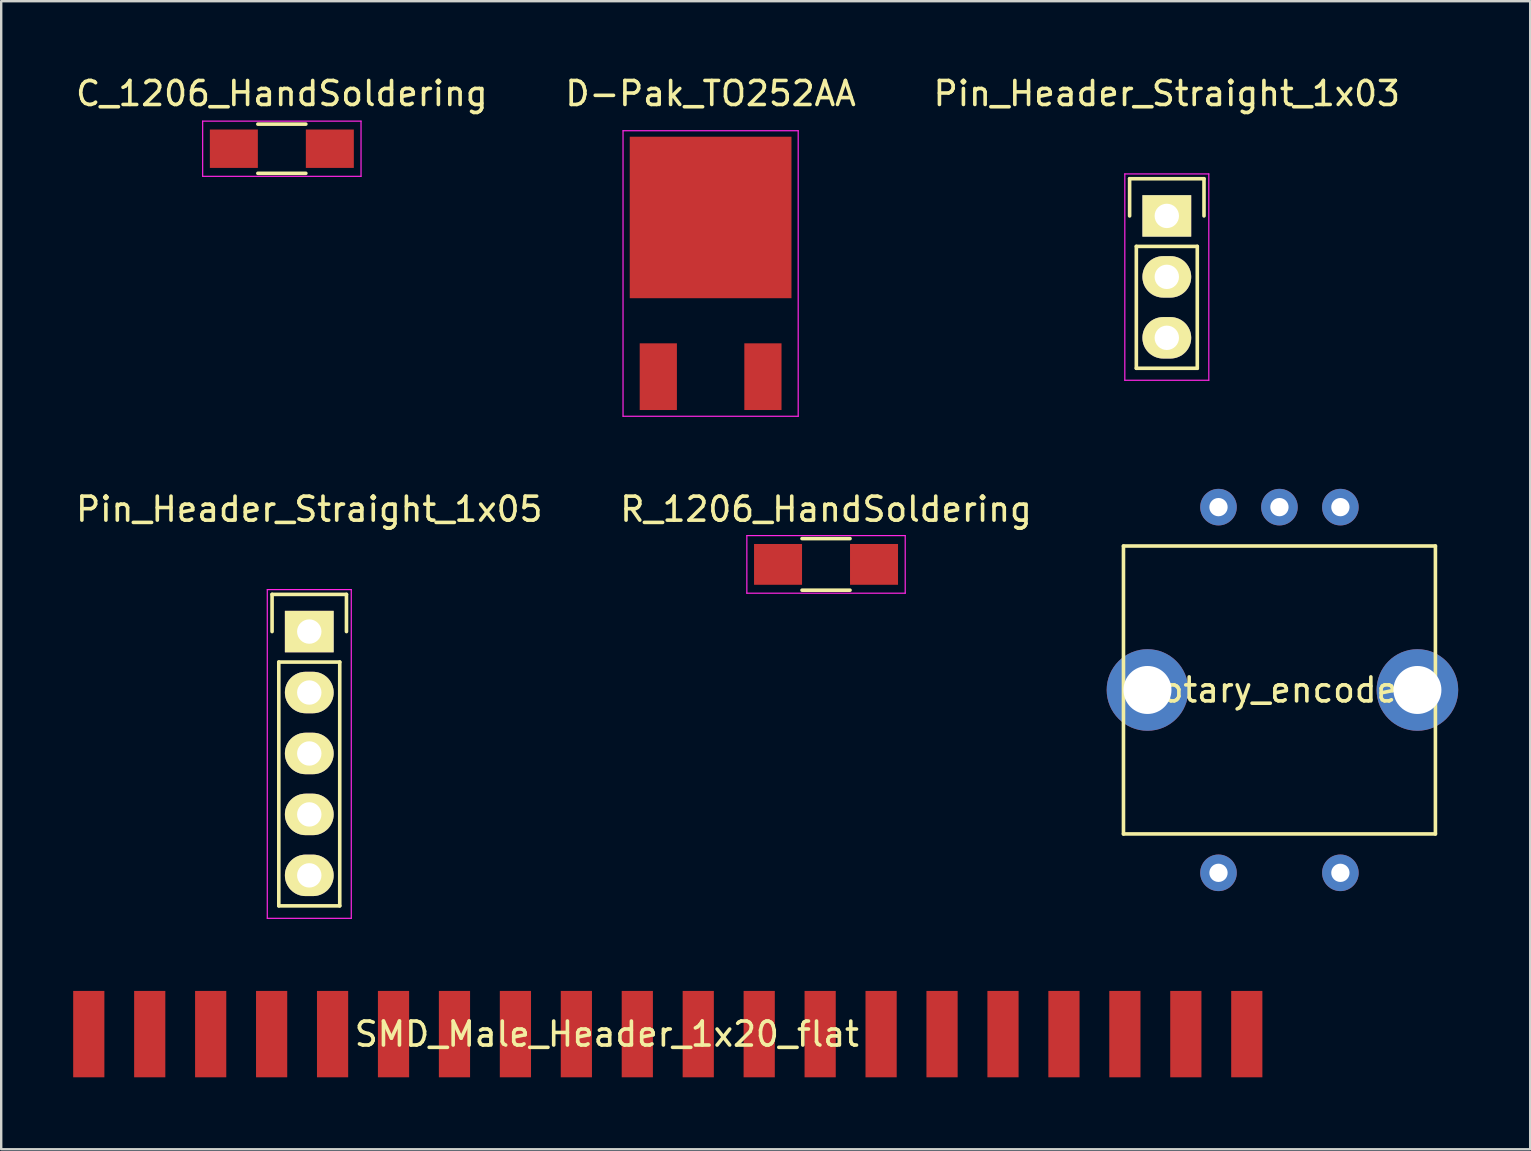
<source format=kicad_pcb>
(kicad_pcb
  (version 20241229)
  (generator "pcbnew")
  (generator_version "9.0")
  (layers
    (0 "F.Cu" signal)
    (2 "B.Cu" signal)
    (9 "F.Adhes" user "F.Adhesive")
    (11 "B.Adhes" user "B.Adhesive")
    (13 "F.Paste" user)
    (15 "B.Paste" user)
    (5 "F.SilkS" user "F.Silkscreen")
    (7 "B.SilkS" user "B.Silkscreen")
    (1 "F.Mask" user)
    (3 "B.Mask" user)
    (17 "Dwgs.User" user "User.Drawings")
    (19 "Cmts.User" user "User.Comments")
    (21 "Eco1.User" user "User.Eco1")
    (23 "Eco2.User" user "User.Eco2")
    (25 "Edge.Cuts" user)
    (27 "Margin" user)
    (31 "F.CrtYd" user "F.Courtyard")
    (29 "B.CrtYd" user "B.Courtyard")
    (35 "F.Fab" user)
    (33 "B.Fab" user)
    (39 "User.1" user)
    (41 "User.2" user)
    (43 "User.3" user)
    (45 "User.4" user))
  (footprint "R_1206_HandSoldering"
    (layer "F.Cu")
    (at 31.375 20.471)
    (property "Reference" "R_1206_HandSoldering" (at 0 -2.3 0) (layer "F.SilkS") (effects (font (size 1 1) (thickness 0.15))))
    (attr smd)
    (fp_line (start -1 -1.075) (end 1 -1.075) (stroke (width 0.15) (type solid)) (layer "F.SilkS"))
    (fp_line (start 1 1.075) (end -1 1.075) (stroke (width 0.15) (type solid)) (layer "F.SilkS"))
    (fp_line (start -3.3 -1.2) (end -3.3 1.2) (stroke (width 0.05) (type solid)) (layer "F.CrtYd"))
    (fp_line (start -3.3 -1.2) (end 3.3 -1.2) (stroke (width 0.05) (type solid)) (layer "F.CrtYd"))
    (fp_line (start -3.3 1.2) (end 3.3 1.2) (stroke (width 0.05) (type solid)) (layer "F.CrtYd"))
    (fp_line (start 3.3 -1.2) (end 3.3 1.2) (stroke (width 0.05) (type solid)) (layer "F.CrtYd"))
    (pad "1" smd rect (at -2 0) (size 2 1.7) (layers "F.Cu" "F.Mask" "F.Paste"))
    (pad "2" smd rect (at 2 0) (size 2 1.7) (layers "F.Cu" "F.Mask" "F.Paste")))
  (footprint "Pin_Header_Straight_1x05"
    (layer "F.Cu")
    (at 9.839 23.271)
    (property "Reference" "Pin_Header_Straight_1x05" (at 0 -5.1 0) (layer "F.SilkS") (effects (font (size 1 1) (thickness 0.15))))
    (attr through_hole)
    (fp_line (start -1.55 -1.55) (end 1.55 -1.55) (stroke (width 0.15) (type solid)) (layer "F.SilkS"))
    (fp_line (start -1.55 0) (end -1.55 -1.55) (stroke (width 0.15) (type solid)) (layer "F.SilkS"))
    (fp_line (start -1.27 11.43) (end -1.27 1.27) (stroke (width 0.15) (type solid)) (layer "F.SilkS"))
    (fp_line (start 1.27 1.27) (end -1.27 1.27) (stroke (width 0.15) (type solid)) (layer "F.SilkS"))
    (fp_line (start 1.27 1.27) (end 1.27 11.43) (stroke (width 0.15) (type solid)) (layer "F.SilkS"))
    (fp_line (start 1.27 11.43) (end -1.27 11.43) (stroke (width 0.15) (type solid)) (layer "F.SilkS"))
    (fp_line (start 1.55 -1.55) (end 1.55 0) (stroke (width 0.15) (type solid)) (layer "F.SilkS"))
    (fp_line (start -1.75 -1.75) (end -1.75 11.95) (stroke (width 0.05) (type solid)) (layer "F.CrtYd"))
    (fp_line (start -1.75 -1.75) (end 1.75 -1.75) (stroke (width 0.05) (type solid)) (layer "F.CrtYd"))
    (fp_line (start -1.75 11.95) (end 1.75 11.95) (stroke (width 0.05) (type solid)) (layer "F.CrtYd"))
    (fp_line (start 1.75 -1.75) (end 1.75 11.95) (stroke (width 0.05) (type solid)) (layer "F.CrtYd"))
    (pad "1" thru_hole rect (at 0 0) (size 2.032 1.727) (drill 1.016) (layers "*.Cu" "*.Mask" "F.SilkS"))
    (pad "2" thru_hole oval (at 0 2.54) (size 2.032 1.727) (drill 1.016) (layers "*.Cu" "*.Mask" "F.SilkS"))
    (pad "3" thru_hole oval (at 0 5.08) (size 2.032 1.727) (drill 1.016) (layers "*.Cu" "*.Mask" "F.SilkS"))
    (pad "4" thru_hole oval (at 0 7.62) (size 2.032 1.727) (drill 1.016) (layers "*.Cu" "*.Mask" "F.SilkS"))
    (pad "5" thru_hole oval (at 0 10.16) (size 2.032 1.727) (drill 1.016) (layers "*.Cu" "*.Mask" "F.SilkS")))
  (footprint "Pin_Header_Straight_1x03"
    (layer "F.Cu")
    (at 45.577 5.948)
    (property "Reference" "Pin_Header_Straight_1x03" (at 0 -5.1 0) (layer "F.SilkS") (effects (font (size 1 1) (thickness 0.15))))
    (attr through_hole)
    (fp_line (start -1.55 -1.55) (end 1.55 -1.55) (stroke (width 0.15) (type solid)) (layer "F.SilkS"))
    (fp_line (start -1.55 0) (end -1.55 -1.55) (stroke (width 0.15) (type solid)) (layer "F.SilkS"))
    (fp_line (start -1.27 1.27) (end -1.27 6.35) (stroke (width 0.15) (type solid)) (layer "F.SilkS"))
    (fp_line (start -1.27 6.35) (end 1.27 6.35) (stroke (width 0.15) (type solid)) (layer "F.SilkS"))
    (fp_line (start 1.27 1.27) (end -1.27 1.27) (stroke (width 0.15) (type solid)) (layer "F.SilkS"))
    (fp_line (start 1.27 6.35) (end 1.27 1.27) (stroke (width 0.15) (type solid)) (layer "F.SilkS"))
    (fp_line (start 1.55 -1.55) (end 1.55 0) (stroke (width 0.15) (type solid)) (layer "F.SilkS"))
    (fp_line (start -1.75 -1.75) (end -1.75 6.85) (stroke (width 0.05) (type solid)) (layer "F.CrtYd"))
    (fp_line (start -1.75 -1.75) (end 1.75 -1.75) (stroke (width 0.05) (type solid)) (layer "F.CrtYd"))
    (fp_line (start -1.75 6.85) (end 1.75 6.85) (stroke (width 0.05) (type solid)) (layer "F.CrtYd"))
    (fp_line (start 1.75 -1.75) (end 1.75 6.85) (stroke (width 0.05) (type solid)) (layer "F.CrtYd"))
    (pad "1" thru_hole rect (at 0 0) (size 2.032 1.727) (drill 1.016) (layers "*.Cu" "*.Mask" "F.SilkS"))
    (pad "2" thru_hole oval (at 0 2.54) (size 2.032 1.727) (drill 1.016) (layers "*.Cu" "*.Mask" "F.SilkS"))
    (pad "3" thru_hole oval (at 0 5.08) (size 2.032 1.727) (drill 1.016) (layers "*.Cu" "*.Mask" "F.SilkS")))
  (footprint "D-Pak_TO252AA"
    (layer "F.Cu")
    (at 26.565 8.348)
    (property "Reference" "D-Pak_TO252AA" (at 0 -7.5 0) (layer "F.SilkS") (effects (font (size 1 1) (thickness 0.15))))
    (attr smd)
    (fp_line (start -3.65 -5.95) (end 3.65 -5.95) (stroke (width 0.05) (type solid)) (layer "F.CrtYd"))
    (fp_line (start -3.65 5.95) (end -3.65 -5.95) (stroke (width 0.05) (type solid)) (layer "F.CrtYd"))
    (fp_line (start 3.65 -5.95) (end 3.65 5.95) (stroke (width 0.05) (type solid)) (layer "F.CrtYd"))
    (fp_line (start 3.65 5.95) (end -3.65 5.95) (stroke (width 0.05) (type solid)) (layer "F.CrtYd"))
    (pad "D" smd rect (at 0 -2.335) (size 6.74 6.73) (layers "F.Cu" "F.Mask" "F.Paste"))
    (pad "G" smd rect (at -2.18 4.3) (size 1.55 2.78) (layers "F.Cu" "F.Mask" "F.Paste"))
    (pad "S" smd rect (at 2.18 4.3) (size 1.55 2.78) (layers "F.Cu" "F.Mask" "F.Paste")))
  (footprint "SMD_Male_Header_1x20_flat"
    (layer "F.Cu")
    (at 22.24 40.047)
    (property "Reference" "SMD_Male_Header_1x20_flat" (at 0 0 0) (layer "F.SilkS") (effects (font (size 1 1) (thickness 0.15))))
    (attr through_hole)
    (pad "1" smd rect (at -21.59 0) (size 1.3 3.6) (layers "F.Cu" "F.Mask" "F.Paste"))
    (pad "2" smd rect (at -19.05 0) (size 1.3 3.6) (layers "F.Cu" "F.Mask" "F.Paste"))
    (pad "3" smd rect (at -16.51 0) (size 1.3 3.6) (layers "F.Cu" "F.Mask" "F.Paste"))
    (pad "4" smd rect (at -13.97 0) (size 1.3 3.6) (layers "F.Cu" "F.Mask" "F.Paste"))
    (pad "5" smd rect (at -11.43 0) (size 1.3 3.6) (layers "F.Cu" "F.Mask" "F.Paste"))
    (pad "6" smd rect (at -8.89 0) (size 1.3 3.6) (layers "F.Cu" "F.Mask" "F.Paste"))
    (pad "7" smd rect (at -6.35 0) (size 1.3 3.6) (layers "F.Cu" "F.Mask" "F.Paste"))
    (pad "8" smd rect (at -3.81 0) (size 1.3 3.6) (layers "F.Cu" "F.Mask" "F.Paste"))
    (pad "9" smd rect (at -1.27 0) (size 1.3 3.6) (layers "F.Cu" "F.Mask" "F.Paste"))
    (pad "10" smd rect (at 1.27 0) (size 1.3 3.6) (layers "F.Cu" "F.Mask" "F.Paste"))
    (pad "11" smd rect (at 3.81 0) (size 1.3 3.6) (layers "F.Cu" "F.Mask" "F.Paste"))
    (pad "12" smd rect (at 6.35 0) (size 1.3 3.6) (layers "F.Cu" "F.Mask" "F.Paste"))
    (pad "13" smd rect (at 8.89 0) (size 1.3 3.6) (layers "F.Cu" "F.Mask" "F.Paste"))
    (pad "14" smd rect (at 11.43 0) (size 1.3 3.6) (layers "F.Cu" "F.Mask" "F.Paste"))
    (pad "15" smd rect (at 13.97 0) (size 1.3 3.6) (layers "F.Cu" "F.Mask" "F.Paste"))
    (pad "16" smd rect (at 16.51 0) (size 1.3 3.6) (layers "F.Cu" "F.Mask" "F.Paste"))
    (pad "17" smd rect (at 19.05 0) (size 1.3 3.6) (layers "F.Cu" "F.Mask" "F.Paste"))
    (pad "18" smd rect (at 21.59 0) (size 1.3 3.6) (layers "F.Cu" "F.Mask" "F.Paste"))
    (pad "19" smd rect (at 24.13 0) (size 1.3 3.6) (layers "F.Cu" "F.Mask" "F.Paste"))
    (pad "20" smd rect (at 26.67 0) (size 1.3 3.6) (layers "F.Cu" "F.Mask" "F.Paste")))
  (footprint "rotary_encoder"
    (layer "F.Cu")
    (at 50.271 25.705)
    (property "Reference" "rotary_encoder" (at 0 0 0) (layer "F.SilkS") (effects (font (size 1 1) (thickness 0.15))))
    (attr through_hole)
    (fp_line (start -6.5 -6) (end 6.5 -6) (stroke (width 0.15) (type solid)) (layer "F.SilkS"))
    (fp_line (start -6.5 6) (end -6.5 -6) (stroke (width 0.15) (type solid)) (layer "F.SilkS"))
    (fp_line (start 6.5 -6) (end 6.5 6) (stroke (width 0.15) (type solid)) (layer "F.SilkS"))
    (fp_line (start 6.5 6) (end -6.5 6) (stroke (width 0.15) (type solid)) (layer "F.SilkS"))
    (pad "" thru_hole circle (at -5.5 0) (size 3.4 3.4) (drill 2) (layers "*.Cu" "*.Mask"))
    (pad "" thru_hole circle (at 5.75 0) (size 3.4 3.4) (drill 2) (layers "*.Cu" "*.Mask"))
    (pad "A" thru_hole circle (at -2.54 -7.62) (size 1.524 1.524) (drill 0.762) (layers "*.Cu" "*.Mask"))
    (pad "B" thru_hole circle (at 2.54 -7.62) (size 1.524 1.524) (drill 0.762) (layers "*.Cu" "*.Mask"))
    (pad "C" thru_hole circle (at 0 -7.62) (size 1.524 1.524) (drill 0.762) (layers "*.Cu" "*.Mask"))
    (pad "S1" thru_hole circle (at -2.54 7.62) (size 1.524 1.524) (drill 0.762) (layers "*.Cu" "*.Mask"))
    (pad "S2" thru_hole circle (at 2.54 7.62) (size 1.524 1.524) (drill 0.762) (layers "*.Cu" "*.Mask")))
  (footprint "C_1206_HandSoldering"
    (layer "F.Cu")
    (at 8.696 3.148)
    (property "Reference" "C_1206_HandSoldering" (at 0 -2.3 0) (layer "F.SilkS") (effects (font (size 1 1) (thickness 0.15))))
    (attr smd)
    (fp_line (start -1 1.025) (end 1 1.025) (stroke (width 0.15) (type solid)) (layer "F.SilkS"))
    (fp_line (start 1 -1.025) (end -1 -1.025) (stroke (width 0.15) (type solid)) (layer "F.SilkS"))
    (fp_line (start -3.3 -1.15) (end -3.3 1.15) (stroke (width 0.05) (type solid)) (layer "F.CrtYd"))
    (fp_line (start -3.3 -1.15) (end 3.3 -1.15) (stroke (width 0.05) (type solid)) (layer "F.CrtYd"))
    (fp_line (start -3.3 1.15) (end 3.3 1.15) (stroke (width 0.05) (type solid)) (layer "F.CrtYd"))
    (fp_line (start 3.3 -1.15) (end 3.3 1.15) (stroke (width 0.05) (type solid)) (layer "F.CrtYd"))
    (pad "1" smd rect (at -2 0) (size 2 1.6) (layers "F.Cu" "F.Mask" "F.Paste"))
    (pad "2" smd rect (at 2 0) (size 2 1.6) (layers "F.Cu" "F.Mask" "F.Paste")))
  (gr_rect
    (start -3 -3)
    (end 60.721 44.846)
    (stroke (width 0.1) (type default))
    (fill no)
    (layer "Edge.Cuts")))
</source>
